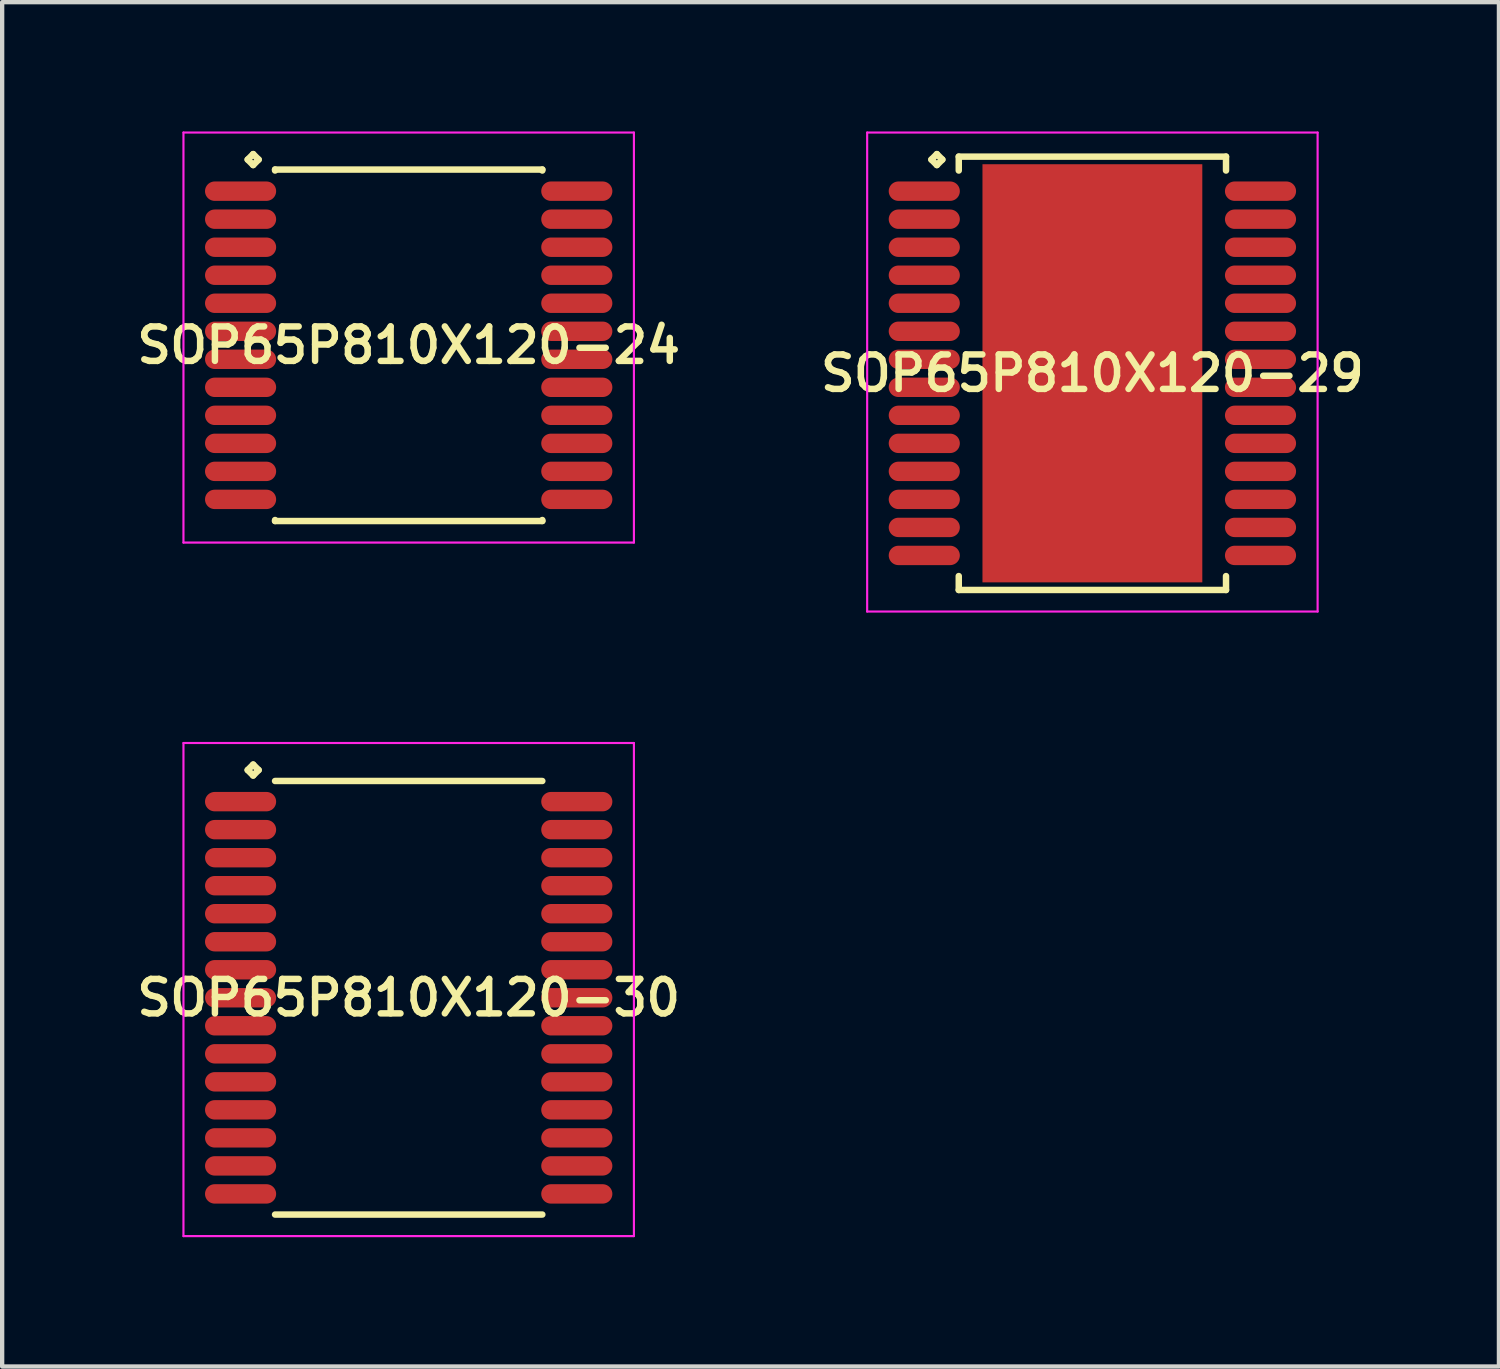
<source format=kicad_pcb>
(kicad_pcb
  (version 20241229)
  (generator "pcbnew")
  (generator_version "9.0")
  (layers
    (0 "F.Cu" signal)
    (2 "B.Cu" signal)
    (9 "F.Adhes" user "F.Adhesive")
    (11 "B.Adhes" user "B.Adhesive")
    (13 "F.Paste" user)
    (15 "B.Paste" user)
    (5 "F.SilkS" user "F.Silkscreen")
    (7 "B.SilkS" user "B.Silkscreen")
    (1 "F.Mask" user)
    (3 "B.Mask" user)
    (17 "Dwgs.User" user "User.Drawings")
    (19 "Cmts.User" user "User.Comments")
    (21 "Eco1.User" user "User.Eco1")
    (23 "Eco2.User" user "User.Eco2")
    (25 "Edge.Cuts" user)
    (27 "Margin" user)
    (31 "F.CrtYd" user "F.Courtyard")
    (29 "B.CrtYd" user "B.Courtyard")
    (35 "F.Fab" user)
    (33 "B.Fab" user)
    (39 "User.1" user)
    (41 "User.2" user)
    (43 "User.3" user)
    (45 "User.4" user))
  (footprint "SOP65P810X120-30"
    (layer "F.Cu")
    (at 6.431 20.097)
    (property "Reference" "SOP65P810X120-30" (at 0 0 0) (layer "F.SilkS") (effects (font (size 0.8 0.8) (thickness 0.15))))
    (attr smd)
    (fp_line (start -3.735 -5.283) (end -3.608 -5.41) (stroke (width 0.15) (type solid)) (layer "F.SilkS"))
    (fp_line (start -3.608 -5.41) (end -3.481 -5.283) (stroke (width 0.15) (type solid)) (layer "F.SilkS"))
    (fp_line (start -3.608 -5.156) (end -3.735 -5.283) (stroke (width 0.15) (type solid)) (layer "F.SilkS"))
    (fp_line (start -3.481 -5.283) (end -3.608 -5.156) (stroke (width 0.15) (type solid)) (layer "F.SilkS"))
    (fp_line (start -3.1 -5.029) (end 3.1 -5.029) (stroke (width 0.15) (type solid)) (layer "F.SilkS"))
    (fp_line (start -3.1 5.029) (end 3.1 5.029) (stroke (width 0.15) (type solid)) (layer "F.SilkS"))
    (fp_line (start -5.225 -5.91) (end 5.225 -5.91) (stroke (width 0.05) (type solid)) (layer "F.CrtYd"))
    (fp_line (start -5.225 5.529) (end -5.225 -5.91) (stroke (width 0.05) (type solid)) (layer "F.CrtYd"))
    (fp_line (start 5.225 -5.91) (end 5.225 5.529) (stroke (width 0.05) (type solid)) (layer "F.CrtYd"))
    (fp_line (start 5.225 5.529) (end -5.225 5.529) (stroke (width 0.05) (type solid)) (layer "F.CrtYd"))
    (pad "1" smd oval (at -3.9 -4.55) (size 1.65 0.45) (layers "F.Cu" "F.Mask" "F.Paste"))
    (pad "2" smd oval (at -3.9 -3.9) (size 1.65 0.45) (layers "F.Cu" "F.Mask" "F.Paste"))
    (pad "3" smd oval (at -3.9 -3.25) (size 1.65 0.45) (layers "F.Cu" "F.Mask" "F.Paste"))
    (pad "4" smd oval (at -3.9 -2.6) (size 1.65 0.45) (layers "F.Cu" "F.Mask" "F.Paste"))
    (pad "5" smd oval (at -3.9 -1.95) (size 1.65 0.45) (layers "F.Cu" "F.Mask" "F.Paste"))
    (pad "6" smd oval (at -3.9 -1.3) (size 1.65 0.45) (layers "F.Cu" "F.Mask" "F.Paste"))
    (pad "7" smd oval (at -3.9 -0.65) (size 1.65 0.45) (layers "F.Cu" "F.Mask" "F.Paste"))
    (pad "8" smd oval (at -3.9 0) (size 1.65 0.45) (layers "F.Cu" "F.Mask" "F.Paste"))
    (pad "9" smd oval (at -3.9 0.65) (size 1.65 0.45) (layers "F.Cu" "F.Mask" "F.Paste"))
    (pad "10" smd oval (at -3.9 1.3) (size 1.65 0.45) (layers "F.Cu" "F.Mask" "F.Paste"))
    (pad "11" smd oval (at -3.9 1.95) (size 1.65 0.45) (layers "F.Cu" "F.Mask" "F.Paste"))
    (pad "12" smd oval (at -3.9 2.6) (size 1.65 0.45) (layers "F.Cu" "F.Mask" "F.Paste"))
    (pad "13" smd oval (at -3.9 3.25) (size 1.65 0.45) (layers "F.Cu" "F.Mask" "F.Paste"))
    (pad "14" smd oval (at -3.9 3.9) (size 1.65 0.45) (layers "F.Cu" "F.Mask" "F.Paste"))
    (pad "15" smd oval (at -3.9 4.55) (size 1.65 0.45) (layers "F.Cu" "F.Mask" "F.Paste"))
    (pad "16" smd oval (at 3.9 4.55) (size 1.65 0.45) (layers "F.Cu" "F.Mask" "F.Paste"))
    (pad "17" smd oval (at 3.9 3.9) (size 1.65 0.45) (layers "F.Cu" "F.Mask" "F.Paste"))
    (pad "18" smd oval (at 3.9 3.25) (size 1.65 0.45) (layers "F.Cu" "F.Mask" "F.Paste"))
    (pad "19" smd oval (at 3.9 2.6) (size 1.65 0.45) (layers "F.Cu" "F.Mask" "F.Paste"))
    (pad "20" smd oval (at 3.9 1.95) (size 1.65 0.45) (layers "F.Cu" "F.Mask" "F.Paste"))
    (pad "21" smd oval (at 3.9 1.3) (size 1.65 0.45) (layers "F.Cu" "F.Mask" "F.Paste"))
    (pad "22" smd oval (at 3.9 0.65) (size 1.65 0.45) (layers "F.Cu" "F.Mask" "F.Paste"))
    (pad "23" smd oval (at 3.9 0) (size 1.65 0.45) (layers "F.Cu" "F.Mask" "F.Paste"))
    (pad "24" smd oval (at 3.9 -0.65) (size 1.65 0.45) (layers "F.Cu" "F.Mask" "F.Paste"))
    (pad "25" smd oval (at 3.9 -1.3) (size 1.65 0.45) (layers "F.Cu" "F.Mask" "F.Paste"))
    (pad "26" smd oval (at 3.9 -1.95) (size 1.65 0.45) (layers "F.Cu" "F.Mask" "F.Paste"))
    (pad "27" smd oval (at 3.9 -2.6) (size 1.65 0.45) (layers "F.Cu" "F.Mask" "F.Paste"))
    (pad "28" smd oval (at 3.9 -3.25) (size 1.65 0.45) (layers "F.Cu" "F.Mask" "F.Paste"))
    (pad "29" smd oval (at 3.9 -3.9) (size 1.65 0.45) (layers "F.Cu" "F.Mask" "F.Paste"))
    (pad "30" smd oval (at 3.9 -4.55) (size 1.65 0.45) (layers "F.Cu" "F.Mask" "F.Paste")))
  (footprint "SOP65P810X120-24"
    (layer "F.Cu")
    (at 6.431 4.96)
    (property "Reference" "SOP65P810X120-24" (at 0 0 0) (layer "F.SilkS") (effects (font (size 0.8 0.8) (thickness 0.15))))
    (attr smd)
    (fp_line (start -3.735 -4.308) (end -3.608 -4.435) (stroke (width 0.15) (type solid)) (layer "F.SilkS"))
    (fp_line (start -3.608 -4.435) (end -3.481 -4.308) (stroke (width 0.15) (type solid)) (layer "F.SilkS"))
    (fp_line (start -3.608 -4.181) (end -3.735 -4.308) (stroke (width 0.15) (type solid)) (layer "F.SilkS"))
    (fp_line (start -3.481 -4.308) (end -3.608 -4.181) (stroke (width 0.15) (type solid)) (layer "F.SilkS"))
    (fp_line (start -3.1 -4.077) (end 3.1 -4.077) (stroke (width 0.15) (type solid)) (layer "F.SilkS"))
    (fp_line (start -3.1 -4.054) (end -3.1 -4.077) (stroke (width 0.15) (type solid)) (layer "F.SilkS"))
    (fp_line (start -3.1 4.054) (end -3.1 4.077) (stroke (width 0.15) (type solid)) (layer "F.SilkS"))
    (fp_line (start -3.1 4.077) (end 3.1 4.077) (stroke (width 0.15) (type solid)) (layer "F.SilkS"))
    (fp_line (start 3.1 -4.077) (end 3.1 -4.054) (stroke (width 0.15) (type solid)) (layer "F.SilkS"))
    (fp_line (start 3.1 4.077) (end 3.1 4.054) (stroke (width 0.15) (type solid)) (layer "F.SilkS"))
    (fp_line (start -5.225 -4.935) (end 5.225 -4.935) (stroke (width 0.05) (type solid)) (layer "F.CrtYd"))
    (fp_line (start -5.225 4.577) (end -5.225 -4.935) (stroke (width 0.05) (type solid)) (layer "F.CrtYd"))
    (fp_line (start 5.225 -4.935) (end 5.225 4.577) (stroke (width 0.05) (type solid)) (layer "F.CrtYd"))
    (fp_line (start 5.225 4.577) (end -5.225 4.577) (stroke (width 0.05) (type solid)) (layer "F.CrtYd"))
    (pad "1" smd oval (at -3.9 -3.575) (size 1.65 0.45) (layers "F.Cu" "F.Mask" "F.Paste"))
    (pad "2" smd oval (at -3.9 -2.925) (size 1.65 0.45) (layers "F.Cu" "F.Mask" "F.Paste"))
    (pad "3" smd oval (at -3.9 -2.275) (size 1.65 0.45) (layers "F.Cu" "F.Mask" "F.Paste"))
    (pad "4" smd oval (at -3.9 -1.625) (size 1.65 0.45) (layers "F.Cu" "F.Mask" "F.Paste"))
    (pad "5" smd oval (at -3.9 -0.975) (size 1.65 0.45) (layers "F.Cu" "F.Mask" "F.Paste"))
    (pad "6" smd oval (at -3.9 -0.325) (size 1.65 0.45) (layers "F.Cu" "F.Mask" "F.Paste"))
    (pad "7" smd oval (at -3.9 0.325) (size 1.65 0.45) (layers "F.Cu" "F.Mask" "F.Paste"))
    (pad "8" smd oval (at -3.9 0.975) (size 1.65 0.45) (layers "F.Cu" "F.Mask" "F.Paste"))
    (pad "9" smd oval (at -3.9 1.625) (size 1.65 0.45) (layers "F.Cu" "F.Mask" "F.Paste"))
    (pad "10" smd oval (at -3.9 2.275) (size 1.65 0.45) (layers "F.Cu" "F.Mask" "F.Paste"))
    (pad "11" smd oval (at -3.9 2.925) (size 1.65 0.45) (layers "F.Cu" "F.Mask" "F.Paste"))
    (pad "12" smd oval (at -3.9 3.575) (size 1.65 0.45) (layers "F.Cu" "F.Mask" "F.Paste"))
    (pad "13" smd oval (at 3.9 3.575) (size 1.65 0.45) (layers "F.Cu" "F.Mask" "F.Paste"))
    (pad "14" smd oval (at 3.9 2.925) (size 1.65 0.45) (layers "F.Cu" "F.Mask" "F.Paste"))
    (pad "15" smd oval (at 3.9 2.275) (size 1.65 0.45) (layers "F.Cu" "F.Mask" "F.Paste"))
    (pad "16" smd oval (at 3.9 1.625) (size 1.65 0.45) (layers "F.Cu" "F.Mask" "F.Paste"))
    (pad "17" smd oval (at 3.9 0.975) (size 1.65 0.45) (layers "F.Cu" "F.Mask" "F.Paste"))
    (pad "18" smd oval (at 3.9 0.325) (size 1.65 0.45) (layers "F.Cu" "F.Mask" "F.Paste"))
    (pad "19" smd oval (at 3.9 -0.325) (size 1.65 0.45) (layers "F.Cu" "F.Mask" "F.Paste"))
    (pad "20" smd oval (at 3.9 -0.975) (size 1.65 0.45) (layers "F.Cu" "F.Mask" "F.Paste"))
    (pad "21" smd oval (at 3.9 -1.625) (size 1.65 0.45) (layers "F.Cu" "F.Mask" "F.Paste"))
    (pad "22" smd oval (at 3.9 -2.275) (size 1.65 0.45) (layers "F.Cu" "F.Mask" "F.Paste"))
    (pad "23" smd oval (at 3.9 -2.925) (size 1.65 0.45) (layers "F.Cu" "F.Mask" "F.Paste"))
    (pad "24" smd oval (at 3.9 -3.575) (size 1.65 0.45) (layers "F.Cu" "F.Mask" "F.Paste")))
  (footprint "SOP65P810X120-29"
    (layer "F.Cu")
    (at 22.292 5.61)
    (property "Reference" "SOP65P810X120-29" (at 0 0 0) (layer "F.SilkS") (effects (font (size 0.8 0.8) (thickness 0.15))))
    (attr smd)
    (fp_line (start -3.735 -4.958) (end -3.608 -5.085) (stroke (width 0.15) (type solid)) (layer "F.SilkS"))
    (fp_line (start -3.608 -5.085) (end -3.481 -4.958) (stroke (width 0.15) (type solid)) (layer "F.SilkS"))
    (fp_line (start -3.608 -4.831) (end -3.735 -4.958) (stroke (width 0.15) (type solid)) (layer "F.SilkS"))
    (fp_line (start -3.481 -4.958) (end -3.608 -4.831) (stroke (width 0.15) (type solid)) (layer "F.SilkS"))
    (fp_line (start -3.1 -5.027) (end 3.1 -5.027) (stroke (width 0.15) (type solid)) (layer "F.SilkS"))
    (fp_line (start -3.1 -4.704) (end -3.1 -5.027) (stroke (width 0.15) (type solid)) (layer "F.SilkS"))
    (fp_line (start -3.1 4.704) (end -3.1 5.027) (stroke (width 0.15) (type solid)) (layer "F.SilkS"))
    (fp_line (start -3.1 5.027) (end 3.1 5.027) (stroke (width 0.15) (type solid)) (layer "F.SilkS"))
    (fp_line (start 3.1 -5.027) (end 3.1 -4.704) (stroke (width 0.15) (type solid)) (layer "F.SilkS"))
    (fp_line (start 3.1 5.027) (end 3.1 4.704) (stroke (width 0.15) (type solid)) (layer "F.SilkS"))
    (fp_line (start -5.225 -5.585) (end 5.225 -5.585) (stroke (width 0.05) (type solid)) (layer "F.CrtYd"))
    (fp_line (start -5.225 5.527) (end -5.225 -5.585) (stroke (width 0.05) (type solid)) (layer "F.CrtYd"))
    (fp_line (start 5.225 -5.585) (end 5.225 5.527) (stroke (width 0.05) (type solid)) (layer "F.CrtYd"))
    (fp_line (start 5.225 5.527) (end -5.225 5.527) (stroke (width 0.05) (type solid)) (layer "F.CrtYd"))
    (pad "1" smd oval (at -3.9 -4.225) (size 1.65 0.45) (layers "F.Cu" "F.Mask" "F.Paste"))
    (pad "2" smd oval (at -3.9 -3.575) (size 1.65 0.45) (layers "F.Cu" "F.Mask" "F.Paste"))
    (pad "3" smd oval (at -3.9 -2.925) (size 1.65 0.45) (layers "F.Cu" "F.Mask" "F.Paste"))
    (pad "4" smd oval (at -3.9 -2.275) (size 1.65 0.45) (layers "F.Cu" "F.Mask" "F.Paste"))
    (pad "5" smd oval (at -3.9 -1.625) (size 1.65 0.45) (layers "F.Cu" "F.Mask" "F.Paste"))
    (pad "6" smd oval (at -3.9 -0.975) (size 1.65 0.45) (layers "F.Cu" "F.Mask" "F.Paste"))
    (pad "7" smd oval (at -3.9 -0.325) (size 1.65 0.45) (layers "F.Cu" "F.Mask" "F.Paste"))
    (pad "8" smd oval (at -3.9 0.325) (size 1.65 0.45) (layers "F.Cu" "F.Mask" "F.Paste"))
    (pad "9" smd oval (at -3.9 0.975) (size 1.65 0.45) (layers "F.Cu" "F.Mask" "F.Paste"))
    (pad "10" smd oval (at -3.9 1.625) (size 1.65 0.45) (layers "F.Cu" "F.Mask" "F.Paste"))
    (pad "11" smd oval (at -3.9 2.275) (size 1.65 0.45) (layers "F.Cu" "F.Mask" "F.Paste"))
    (pad "12" smd oval (at -3.9 2.925) (size 1.65 0.45) (layers "F.Cu" "F.Mask" "F.Paste"))
    (pad "13" smd oval (at -3.9 3.575) (size 1.65 0.45) (layers "F.Cu" "F.Mask" "F.Paste"))
    (pad "14" smd oval (at -3.9 4.225) (size 1.65 0.45) (layers "F.Cu" "F.Mask" "F.Paste"))
    (pad "15" smd oval (at 3.9 4.225) (size 1.65 0.45) (layers "F.Cu" "F.Mask" "F.Paste"))
    (pad "16" smd oval (at 3.9 3.575) (size 1.65 0.45) (layers "F.Cu" "F.Mask" "F.Paste"))
    (pad "17" smd oval (at 3.9 2.925) (size 1.65 0.45) (layers "F.Cu" "F.Mask" "F.Paste"))
    (pad "18" smd oval (at 3.9 2.275) (size 1.65 0.45) (layers "F.Cu" "F.Mask" "F.Paste"))
    (pad "19" smd oval (at 3.9 1.625) (size 1.65 0.45) (layers "F.Cu" "F.Mask" "F.Paste"))
    (pad "20" smd oval (at 3.9 0.975) (size 1.65 0.45) (layers "F.Cu" "F.Mask" "F.Paste"))
    (pad "21" smd oval (at 3.9 0.325) (size 1.65 0.45) (layers "F.Cu" "F.Mask" "F.Paste"))
    (pad "22" smd oval (at 3.9 -0.325) (size 1.65 0.45) (layers "F.Cu" "F.Mask" "F.Paste"))
    (pad "23" smd oval (at 3.9 -0.975) (size 1.65 0.45) (layers "F.Cu" "F.Mask" "F.Paste"))
    (pad "24" smd oval (at 3.9 -1.625) (size 1.65 0.45) (layers "F.Cu" "F.Mask" "F.Paste"))
    (pad "25" smd oval (at 3.9 -2.275) (size 1.65 0.45) (layers "F.Cu" "F.Mask" "F.Paste"))
    (pad "26" smd oval (at 3.9 -2.925) (size 1.65 0.45) (layers "F.Cu" "F.Mask" "F.Paste"))
    (pad "27" smd oval (at 3.9 -3.575) (size 1.65 0.45) (layers "F.Cu" "F.Mask" "F.Paste"))
    (pad "28" smd oval (at 3.9 -4.225) (size 1.65 0.45) (layers "F.Cu" "F.Mask" "F.Paste"))
    (pad "29" smd rect (at 0 0) (size 5.1 9.7) (layers "F.Cu" "F.Mask" "F.Paste")))
  (gr_rect
    (start -3 -3)
    (end 31.723 28.651)
    (stroke (width 0.1) (type default))
    (fill no)
    (layer "Edge.Cuts")))
</source>
